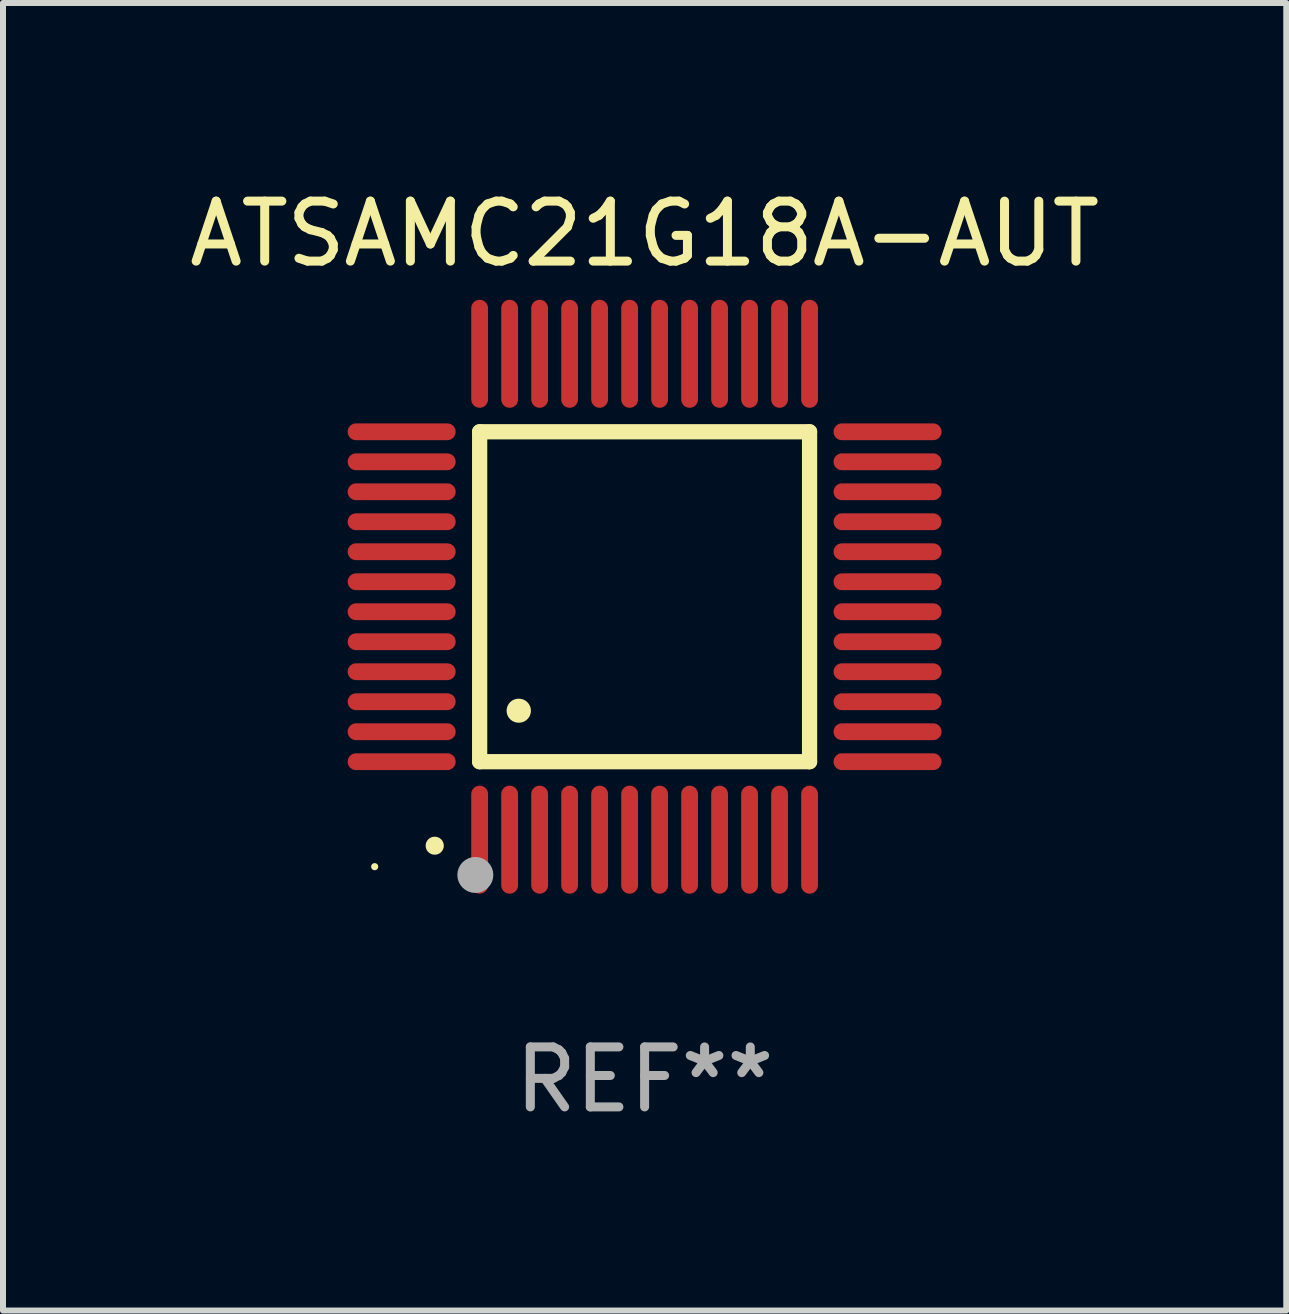
<source format=kicad_pcb>
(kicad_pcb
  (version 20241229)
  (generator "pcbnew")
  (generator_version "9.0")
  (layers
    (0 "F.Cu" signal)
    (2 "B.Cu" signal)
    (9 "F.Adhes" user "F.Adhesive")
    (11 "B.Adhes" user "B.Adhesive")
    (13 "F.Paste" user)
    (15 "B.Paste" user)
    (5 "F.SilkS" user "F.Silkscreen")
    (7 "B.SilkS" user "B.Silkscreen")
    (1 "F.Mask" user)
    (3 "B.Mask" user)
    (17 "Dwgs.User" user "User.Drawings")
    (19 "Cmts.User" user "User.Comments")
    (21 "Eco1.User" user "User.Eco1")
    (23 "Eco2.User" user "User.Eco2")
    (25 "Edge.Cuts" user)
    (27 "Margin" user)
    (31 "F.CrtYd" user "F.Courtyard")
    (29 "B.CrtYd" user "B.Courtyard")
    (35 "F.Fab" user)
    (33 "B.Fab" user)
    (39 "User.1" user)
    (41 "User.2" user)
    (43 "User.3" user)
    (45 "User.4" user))
  (footprint "ATSAMC21G18A-AUT"
    (layer "F.Cu")
    (at 7.696 6.898)
    (property "Reference" "ATSAMC21G18A-AUT" (at 0 -6.05 0) (layer "F.SilkS") (effects (font (size 1 1) (thickness 0.15))))
    (attr through_hole)
    (fp_line (start -2.75 -2.75) (end 2.75 -2.75) (stroke (width 0.254) (type solid)) (layer "F.SilkS"))
    (fp_line (start -2.75 2.75) (end -2.75 -2.75) (stroke (width 0.254) (type solid)) (layer "F.SilkS"))
    (fp_line (start 2.75 -2.75) (end 2.75 2.75) (stroke (width 0.254) (type solid)) (layer "F.SilkS"))
    (fp_line (start 2.75 2.75) (end -2.75 2.75) (stroke (width 0.254) (type solid)) (layer "F.SilkS"))
    (fp_arc (start -3.500127 4.150368) (mid -3.498857 4.150363) (end -3.497587 4.150368) (stroke (width 0.3) (type solid)) (layer "F.SilkS"))
    (fp_arc (start -2.100584 1.899924) (mid -2.098044 1.899908) (end -2.095504 1.899924) (stroke (width 0.4) (type solid)) (layer "F.SilkS"))
    (fp_circle (center -4.5 4.5) (end -4.47 4.5) (stroke (width 0.06) (type solid)) (fill no) (layer "F.SilkS"))
    (fp_circle (center -2.822 4.638) (end -2.672 4.638) (stroke (width 0.3) (type solid)) (fill no) (layer "F.Fab"))
    (fp_text user "REF**" (at 0 8.05 0) (layer "F.Fab") (effects (font (size 1 1) (thickness 0.15))))
    (pad "1" smd oval (at -2.75 4.05) (size 0.28 1.8) (layers "F.Cu" "F.Mask" "F.Paste"))
    (pad "2" smd oval (at -2.25 4.05) (size 0.28 1.8) (layers "F.Cu" "F.Mask" "F.Paste"))
    (pad "3" smd oval (at -1.75 4.05) (size 0.28 1.8) (layers "F.Cu" "F.Mask" "F.Paste"))
    (pad "4" smd oval (at -1.25 4.05) (size 0.28 1.8) (layers "F.Cu" "F.Mask" "F.Paste"))
    (pad "5" smd oval (at -0.75 4.05) (size 0.28 1.8) (layers "F.Cu" "F.Mask" "F.Paste"))
    (pad "6" smd oval (at -0.25 4.05) (size 0.28 1.8) (layers "F.Cu" "F.Mask" "F.Paste"))
    (pad "7" smd oval (at 0.25 4.05) (size 0.28 1.8) (layers "F.Cu" "F.Mask" "F.Paste"))
    (pad "8" smd oval (at 0.75 4.05) (size 0.28 1.8) (layers "F.Cu" "F.Mask" "F.Paste"))
    (pad "9" smd oval (at 1.25 4.05) (size 0.28 1.8) (layers "F.Cu" "F.Mask" "F.Paste"))
    (pad "10" smd oval (at 1.75 4.05) (size 0.28 1.8) (layers "F.Cu" "F.Mask" "F.Paste"))
    (pad "11" smd oval (at 2.25 4.05) (size 0.28 1.8) (layers "F.Cu" "F.Mask" "F.Paste"))
    (pad "12" smd oval (at 2.75 4.05) (size 0.28 1.8) (layers "F.Cu" "F.Mask" "F.Paste"))
    (pad "13" smd oval (at 4.05 2.75) (size 1.8 0.28) (layers "F.Cu" "F.Mask" "F.Paste"))
    (pad "14" smd oval (at 4.05 2.25) (size 1.8 0.28) (layers "F.Cu" "F.Mask" "F.Paste"))
    (pad "15" smd oval (at 4.05 1.75) (size 1.8 0.28) (layers "F.Cu" "F.Mask" "F.Paste"))
    (pad "16" smd oval (at 4.05 1.25) (size 1.8 0.28) (layers "F.Cu" "F.Mask" "F.Paste"))
    (pad "17" smd oval (at 4.05 0.75) (size 1.8 0.28) (layers "F.Cu" "F.Mask" "F.Paste"))
    (pad "18" smd oval (at 4.05 0.25) (size 1.8 0.28) (layers "F.Cu" "F.Mask" "F.Paste"))
    (pad "19" smd oval (at 4.05 -0.25) (size 1.8 0.28) (layers "F.Cu" "F.Mask" "F.Paste"))
    (pad "20" smd oval (at 4.05 -0.75) (size 1.8 0.28) (layers "F.Cu" "F.Mask" "F.Paste"))
    (pad "21" smd oval (at 4.05 -1.25) (size 1.8 0.28) (layers "F.Cu" "F.Mask" "F.Paste"))
    (pad "22" smd oval (at 4.05 -1.75) (size 1.8 0.28) (layers "F.Cu" "F.Mask" "F.Paste"))
    (pad "23" smd oval (at 4.05 -2.25) (size 1.8 0.28) (layers "F.Cu" "F.Mask" "F.Paste"))
    (pad "24" smd oval (at 4.05 -2.75) (size 1.8 0.28) (layers "F.Cu" "F.Mask" "F.Paste"))
    (pad "25" smd oval (at 2.75 -4.05) (size 0.28 1.8) (layers "F.Cu" "F.Mask" "F.Paste"))
    (pad "26" smd oval (at 2.25 -4.05) (size 0.28 1.8) (layers "F.Cu" "F.Mask" "F.Paste"))
    (pad "27" smd oval (at 1.75 -4.05) (size 0.28 1.8) (layers "F.Cu" "F.Mask" "F.Paste"))
    (pad "28" smd oval (at 1.25 -4.05) (size 0.28 1.8) (layers "F.Cu" "F.Mask" "F.Paste"))
    (pad "29" smd oval (at 0.75 -4.05) (size 0.28 1.8) (layers "F.Cu" "F.Mask" "F.Paste"))
    (pad "30" smd oval (at 0.25 -4.05) (size 0.28 1.8) (layers "F.Cu" "F.Mask" "F.Paste"))
    (pad "31" smd oval (at -0.25 -4.05) (size 0.28 1.8) (layers "F.Cu" "F.Mask" "F.Paste"))
    (pad "32" smd oval (at -0.75 -4.05) (size 0.28 1.8) (layers "F.Cu" "F.Mask" "F.Paste"))
    (pad "33" smd oval (at -1.25 -4.05) (size 0.28 1.8) (layers "F.Cu" "F.Mask" "F.Paste"))
    (pad "34" smd oval (at -1.75 -4.05) (size 0.28 1.8) (layers "F.Cu" "F.Mask" "F.Paste"))
    (pad "35" smd oval (at -2.25 -4.05) (size 0.28 1.8) (layers "F.Cu" "F.Mask" "F.Paste"))
    (pad "36" smd oval (at -2.75 -4.05) (size 0.28 1.8) (layers "F.Cu" "F.Mask" "F.Paste"))
    (pad "37" smd oval (at -4.05 -2.75) (size 1.8 0.28) (layers "F.Cu" "F.Mask" "F.Paste"))
    (pad "38" smd oval (at -4.05 -2.25) (size 1.8 0.28) (layers "F.Cu" "F.Mask" "F.Paste"))
    (pad "39" smd oval (at -4.05 -1.75) (size 1.8 0.28) (layers "F.Cu" "F.Mask" "F.Paste"))
    (pad "40" smd oval (at -4.05 -1.25) (size 1.8 0.28) (layers "F.Cu" "F.Mask" "F.Paste"))
    (pad "41" smd oval (at -4.05 -0.75) (size 1.8 0.28) (layers "F.Cu" "F.Mask" "F.Paste"))
    (pad "42" smd oval (at -4.05 -0.25) (size 1.8 0.28) (layers "F.Cu" "F.Mask" "F.Paste"))
    (pad "43" smd oval (at -4.05 0.25) (size 1.8 0.28) (layers "F.Cu" "F.Mask" "F.Paste"))
    (pad "44" smd oval (at -4.05 0.75) (size 1.8 0.28) (layers "F.Cu" "F.Mask" "F.Paste"))
    (pad "45" smd oval (at -4.05 1.25) (size 1.8 0.28) (layers "F.Cu" "F.Mask" "F.Paste"))
    (pad "46" smd oval (at -4.05 1.75) (size 1.8 0.28) (layers "F.Cu" "F.Mask" "F.Paste"))
    (pad "47" smd oval (at -4.05 2.25) (size 1.8 0.28) (layers "F.Cu" "F.Mask" "F.Paste"))
    (pad "48" smd oval (at -4.05 2.75) (size 1.8 0.28) (layers "F.Cu" "F.Mask" "F.Paste")))
  (gr_rect
    (start -3 -3)
    (end 18.393 18.797)
    (stroke (width 0.1) (type default))
    (fill no)
    (layer "Edge.Cuts")))
</source>
